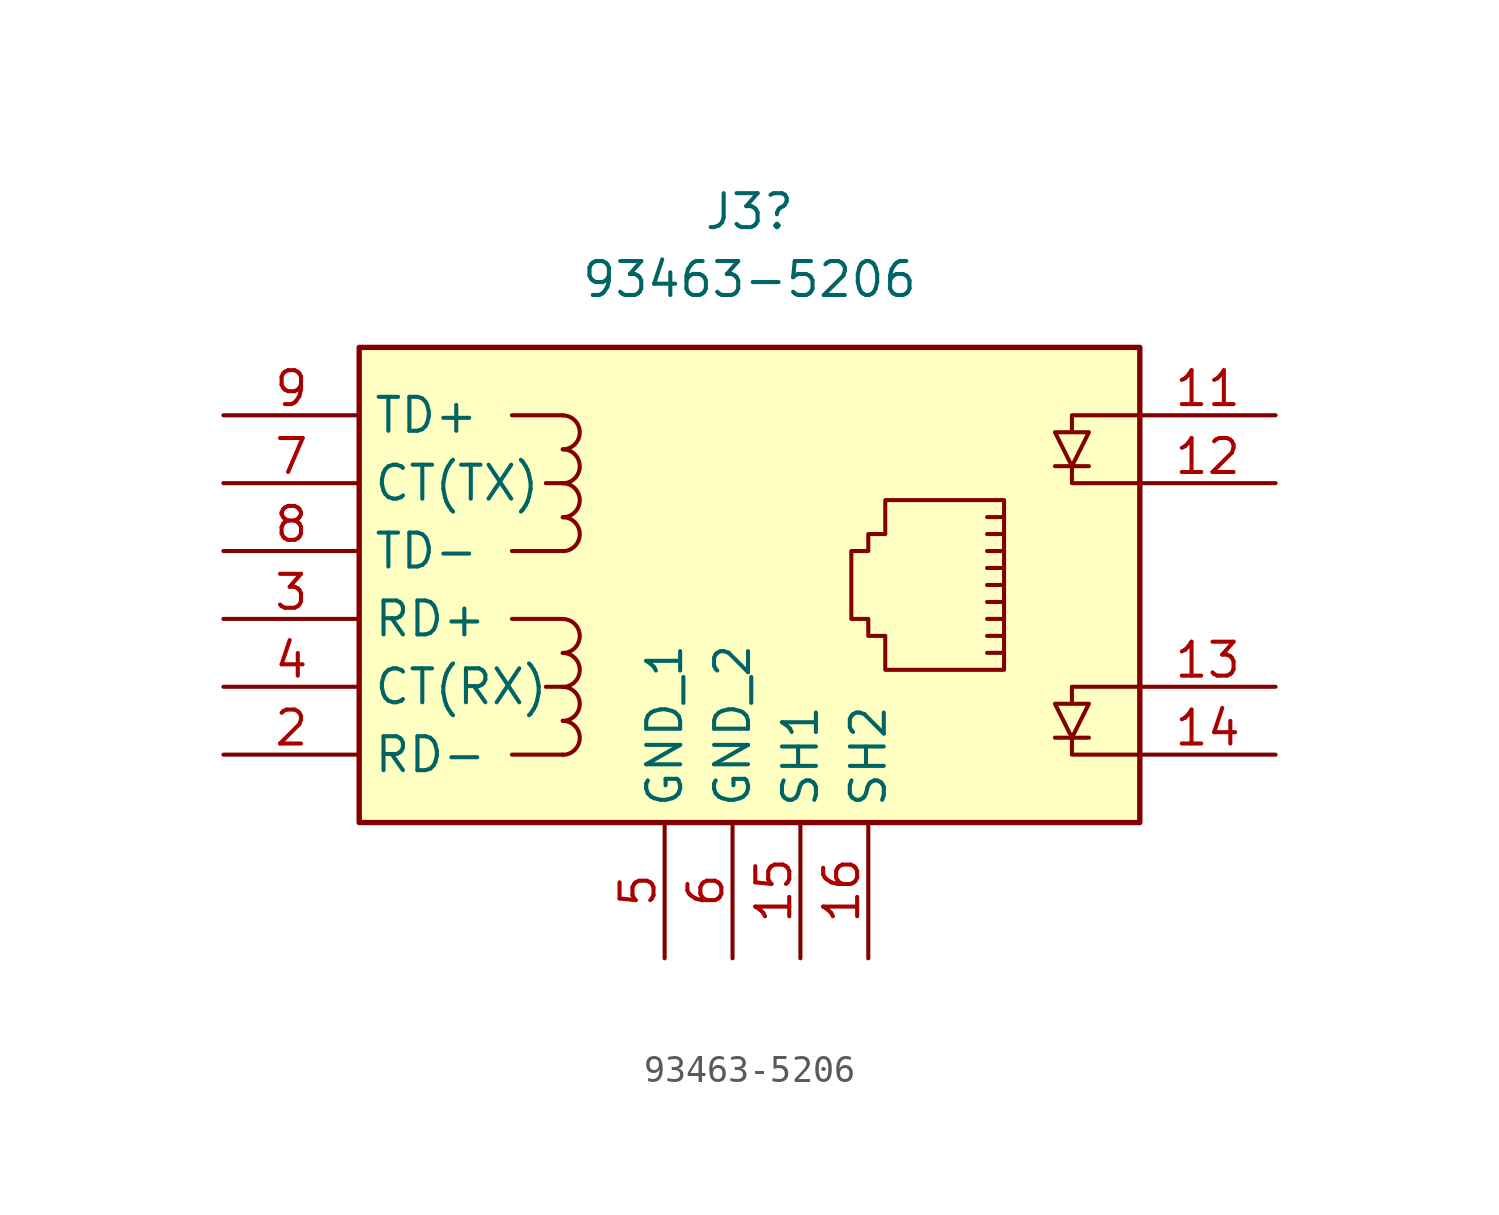
<source format=kicad_sym>
(kicad_symbol_lib
  (version 20231120)
  (generator "kicad_symbol_editor")
  (generator_version "8.0")
  (symbol "93463-5206"
    (property "Reference" "J3"
      (at -0.635 5.08 0)
      (effects (font (size 1.27 1.27))))
    (property "Value" "93463-5206"
      (at -0.635 2.54 0)
      (effects (font (size 1.27 1.27))))
    (symbol "93463-5206_0_1"
      (rectangle (start -15.24 0) (end 13.97 -17.78) (stroke (width 0.2) (type default)) (fill (type background)))
      (arc (start -7.622 -15.245) (mid -6.985 -14.61) (end -7.622 -13.975) (stroke (width 0) (type default)) (fill (type none)))
      (arc (start -7.622 -13.975) (mid -6.985 -13.34) (end -7.622 -12.705) (stroke (width 0) (type default)) (fill (type none)))
      (arc (start -7.622 -12.705) (mid -6.985 -12.07) (end -7.622 -11.435) (stroke (width 0) (type default)) (fill (type none)))
      (arc (start -7.622 -11.435) (mid -6.985 -10.8) (end -7.622 -10.165) (stroke (width 0) (type default)) (fill (type none)))
      (arc (start -7.622 -7.625) (mid -6.98 -6.985) (end -7.622 -6.355) (stroke (width 0) (type default)) (fill (type none)))
      (arc (start -7.622 -6.355) (mid -6.98 -5.715) (end -7.622 -5.085) (stroke (width 0) (type default)) (fill (type none)))
      (arc (start -7.622 -5.085) (mid -6.98 -4.445) (end -7.622 -3.815) (stroke (width 0) (type default)) (fill (type none)))
      (arc (start -7.622 -3.815) (mid -6.98 -3.175) (end -7.622 -2.545) (stroke (width 0) (type default)) (fill (type none)))
      (polyline (pts (xy 8.89 -11.43) (xy 8.255 -11.43)) (stroke (width 0) (type default)) (fill (type none)))
      (polyline (pts (xy 8.89 -10.795) (xy 8.255 -10.795)) (stroke (width 0) (type default)) (fill (type none)))
      (polyline (pts (xy 8.89 -10.16) (xy 8.255 -10.16)) (stroke (width 0) (type default)) (fill (type none)))
      (polyline (pts (xy 8.89 -9.525) (xy 8.255 -9.525)) (stroke (width 0) (type default)) (fill (type none)))
      (polyline (pts (xy 8.89 -8.89) (xy 8.255 -8.89)) (stroke (width 0) (type default)) (fill (type none)))
      (polyline (pts (xy 8.89 -8.255) (xy 8.255 -8.255)) (stroke (width 0) (type default)) (fill (type none)))
      (polyline (pts (xy 8.89 -7.62) (xy 8.255 -7.62)) (stroke (width 0) (type default)) (fill (type none)))
      (polyline (pts (xy 8.89 -6.985) (xy 8.255 -6.985)) (stroke (width 0) (type default)) (fill (type none)))
      (polyline (pts (xy 8.89 -6.35) (xy 8.255 -6.35)) (stroke (width 0) (type default)) (fill (type none)))
      (polyline (pts (xy 10.795 -14.605) (xy 12.065 -14.605)) (stroke (width 0) (type default)) (fill (type none)))
      (polyline (pts (xy 10.795 -4.445) (xy 12.065 -4.445)) (stroke (width 0) (type default)) (fill (type none)))
      (polyline (pts (xy 11.43 -14.605) (xy 11.43 -15.24) (xy 13.97 -15.24)) (stroke (width 0) (type default)) (fill (type none)))
      (polyline (pts (xy 11.43 -13.335) (xy 11.43 -12.7) (xy 13.97 -12.7)) (stroke (width 0) (type default)) (fill (type none)))
      (polyline (pts (xy 11.43 -4.445) (xy 11.43 -5.08) (xy 13.97 -5.08)) (stroke (width 0) (type default)) (fill (type none)))
      (polyline (pts (xy 11.43 -3.175) (xy 11.43 -2.54) (xy 13.97 -2.54)) (stroke (width 0) (type default)) (fill (type none)))
      (polyline (pts (xy 10.795 -13.335) (xy 11.43 -14.605) (xy 12.065 -13.335) (xy 10.795 -13.335)) (stroke (width 0) (type default)) (fill (type none)))
      (polyline (pts (xy 10.795 -3.175) (xy 11.43 -4.445) (xy 12.065 -3.175) (xy 10.795 -3.175)) (stroke (width 0) (type default)) (fill (type none)))
      (polyline (pts (xy 8.89 -5.715) (xy 4.445 -5.715) (xy 4.445 -6.985) (xy 3.81 -6.985) (xy 3.81 -7.62) (xy 3.175 -7.62) (xy 3.175 -10.16) (xy 3.81 -10.16) (xy 3.81 -10.795) (xy 4.445 -10.795) (xy 4.445 -12.065) (xy 8.89 -12.065) (xy 8.89 -5.715)) (stroke (width 0) (type default)) (fill (type none))))
    (symbol "93463-5206_1_1"
      (polyline (pts (xy -7.62 -15.24) (xy -9.525 -15.24)) (stroke (width 0) (type default)) (fill (type none)))
      (polyline (pts (xy -7.62 -15.24) (xy -7.62 -15.24)) (stroke (width 0) (type default)) (fill (type none)))
      (polyline (pts (xy -7.62 -12.7) (xy -8.255 -12.7)) (stroke (width 0) (type default)) (fill (type none)))
      (polyline (pts (xy -7.62 -10.16) (xy -9.525 -10.16)) (stroke (width 0) (type default)) (fill (type none)))
      (polyline (pts (xy -7.62 -7.62) (xy -9.525 -7.62)) (stroke (width 0) (type default)) (fill (type none)))
      (polyline (pts (xy -7.62 -7.62) (xy -7.62 -7.62)) (stroke (width 0) (type default)) (fill (type none)))
      (polyline (pts (xy -7.62 -5.08) (xy -8.255 -5.08)) (stroke (width 0) (type default)) (fill (type none)))
      (polyline (pts (xy -7.62 -2.54) (xy -9.525 -2.54)) (stroke (width 0) (type default)) (fill (type none)))
      (pin passive line (at 19.05 -2.54 180) (length 5.08) (name "" (effects (font (size 1.27 1.27)))) (number "11" (effects (font (size 1.27 1.27)))))
      (pin passive line (at 19.05 -5.08 180) (length 5.08) (name "" (effects (font (size 1.27 1.27)))) (number "12" (effects (font (size 1.27 1.27)))))
      (pin passive line (at 19.05 -12.7 180) (length 5.08) (name "" (effects (font (size 1.27 1.27)))) (number "13" (effects (font (size 1.27 1.27)))))
      (pin passive line (at 19.05 -15.24 180) (length 5.08) (name "" (effects (font (size 1.27 1.27)))) (number "14" (effects (font (size 1.27 1.27)))))
      (pin passive line (at 1.27 -22.86 90) (length 5.08) (name "SH1" (effects (font (size 1.27 1.27)))) (number "15" (effects (font (size 1.27 1.27)))))
      (pin passive line (at 3.81 -22.86 90) (length 5.08) (name "SH2" (effects (font (size 1.27 1.27)))) (number "16" (effects (font (size 1.27 1.27)))))
      (pin passive line (at -20.32 -15.24 0) (length 5.08) (name "RD-" (effects (font (size 1.27 1.27)))) (number "2" (effects (font (size 1.27 1.27)))))
      (pin passive line (at -20.32 -10.16 0) (length 5.08) (name "RD+" (effects (font (size 1.27 1.27)))) (number "3" (effects (font (size 1.27 1.27)))))
      (pin passive line (at -20.32 -12.7 0) (length 5.08) (name "CT(RX)" (effects (font (size 1.27 1.27)))) (number "4" (effects (font (size 1.27 1.27)))))
      (pin passive line (at -3.81 -22.86 90) (length 5.08) (name "GND_1" (effects (font (size 1.27 1.27)))) (number "5" (effects (font (size 1.27 1.27)))))
      (pin passive line (at -1.27 -22.86 90) (length 5.08) (name "GND_2" (effects (font (size 1.27 1.27)))) (number "6" (effects (font (size 1.27 1.27)))))
      (pin passive line (at -20.32 -5.08 0) (length 5.08) (name "CT(TX)" (effects (font (size 1.27 1.27)))) (number "7" (effects (font (size 1.27 1.27)))))
      (pin passive line (at -20.32 -7.62 0) (length 5.08) (name "TD-" (effects (font (size 1.27 1.27)))) (number "8" (effects (font (size 1.27 1.27)))))
      (pin passive line (at -20.32 -2.54 0) (length 5.08) (name "TD+" (effects (font (size 1.27 1.27)))) (number "9" (effects (font (size 1.27 1.27))))))))
</source>
